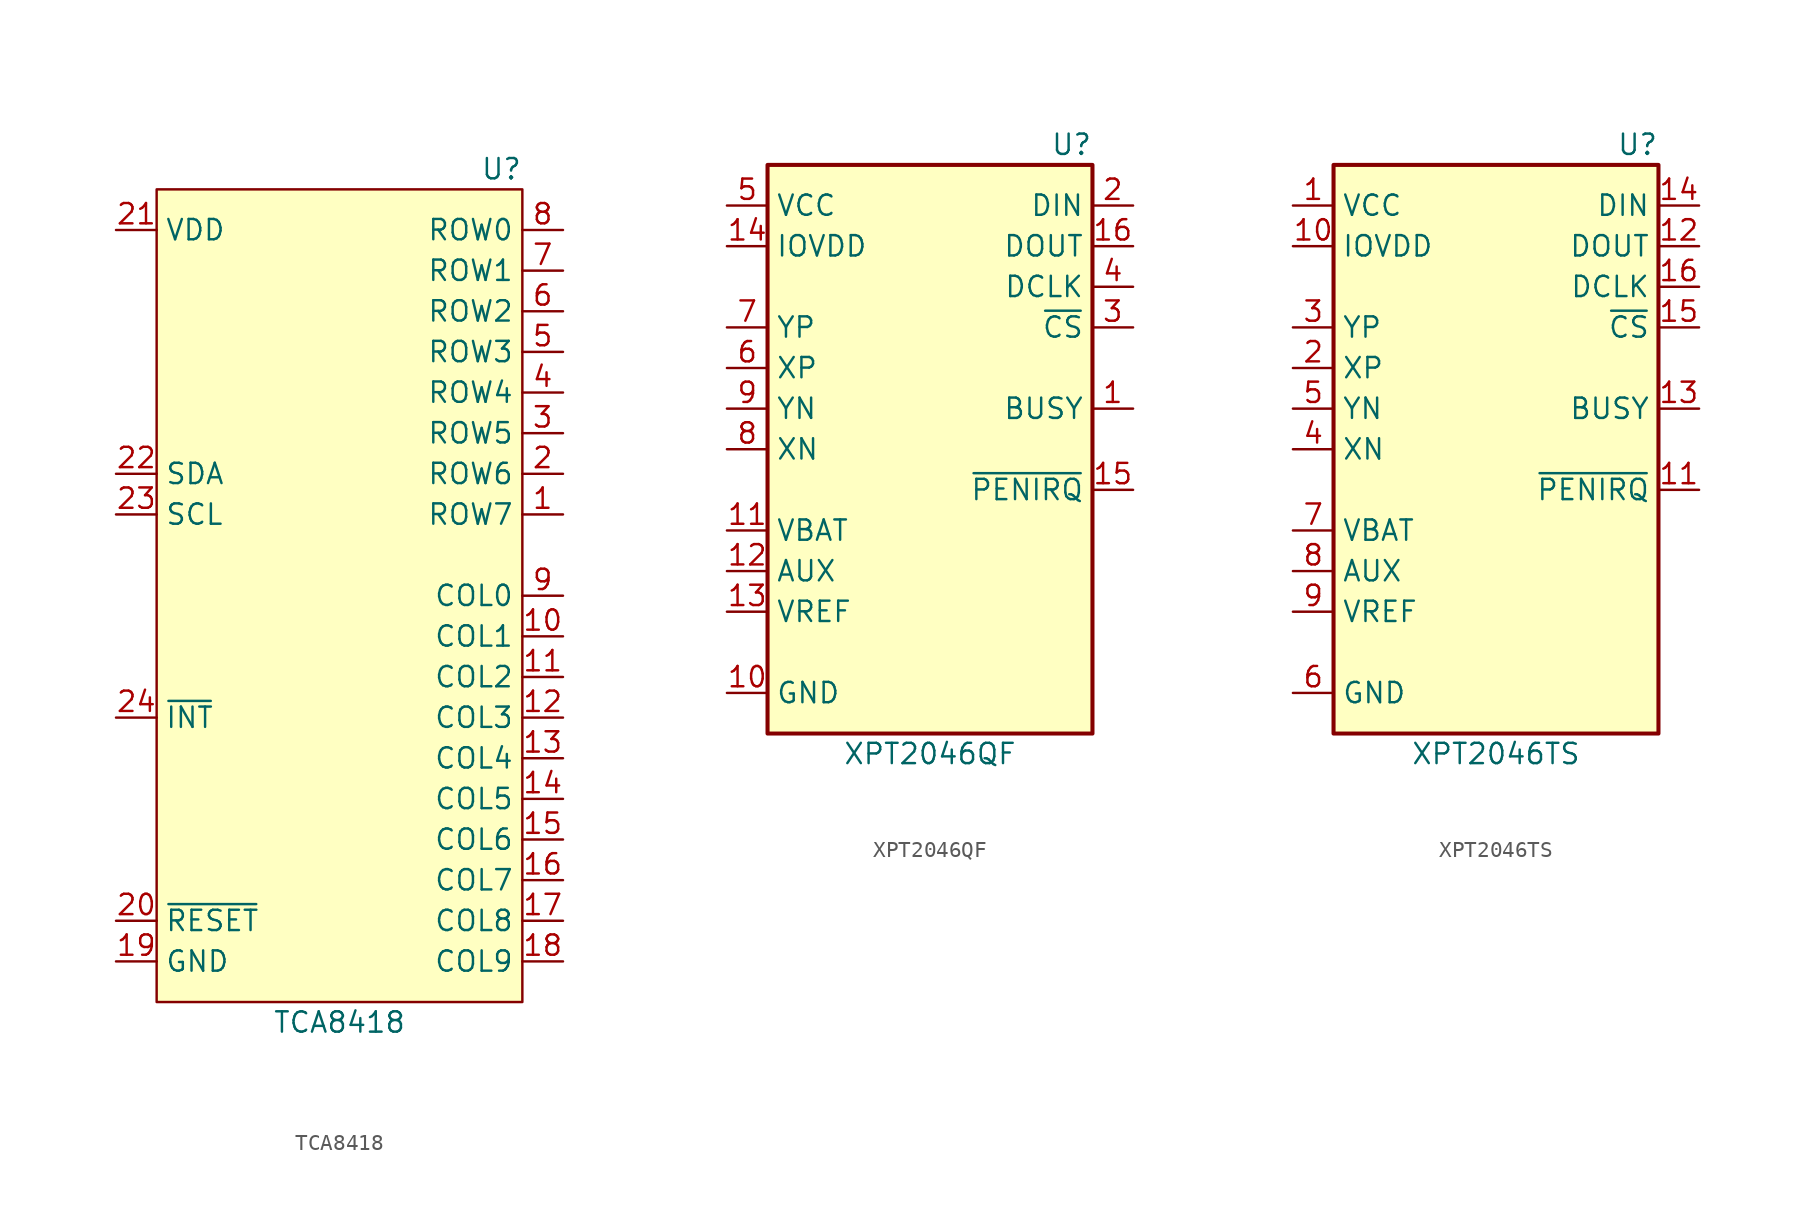
<source format=kicad_sym>
(kicad_symbol_lib
  (version 20241209)
  (generator "kicad_symbol_editor")
  (generator_version "9.0")
  (symbol "TCA8418"
    (property "Reference" "U"
      (at 11.43 26.67 0)
      (effects (font (size 1.27 1.27)) (justify right)))
    (property "Value" "TCA8418"
      (at 0 -26.67 0)
      (effects (font (size 1.27 1.27))))
    (symbol "TCA8418_0_1"
      (rectangle (start -11.43 25.4) (end 11.43 -25.4) (stroke (width 0) (type default)) (fill (type background))))
    (symbol "TCA8418_1_1"
      (pin power_in line (at -13.97 22.86 0) (length 2.54) (name "VDD" (effects (font (size 1.27 1.27)))) (number "21" (effects (font (size 1.27 1.27)))))
      (pin bidirectional line (at -13.97 7.62 0) (length 2.54) (name "SDA" (effects (font (size 1.27 1.27)))) (number "22" (effects (font (size 1.27 1.27)))))
      (pin input line (at -13.97 5.08 0) (length 2.54) (name "SCL" (effects (font (size 1.27 1.27)))) (number "23" (effects (font (size 1.27 1.27)))))
      (pin output line (at -13.97 -7.62 0) (length 2.54) (name "~{INT}" (effects (font (size 1.27 1.27)))) (number "24" (effects (font (size 1.27 1.27)))))
      (pin input line (at -13.97 -20.32 0) (length 2.54) (name "~{RESET}" (effects (font (size 1.27 1.27)))) (number "20" (effects (font (size 1.27 1.27)))))
      (pin power_in line (at -13.97 -22.86 0) (length 2.54) (name "GND" (effects (font (size 1.27 1.27)))) (number "19" (effects (font (size 1.27 1.27)))))
      (pin bidirectional line (at 13.97 22.86 180) (length 2.54) (name "ROW0" (effects (font (size 1.27 1.27)))) (number "8" (effects (font (size 1.27 1.27)))))
      (pin bidirectional line (at 13.97 20.32 180) (length 2.54) (name "ROW1" (effects (font (size 1.27 1.27)))) (number "7" (effects (font (size 1.27 1.27)))))
      (pin bidirectional line (at 13.97 17.78 180) (length 2.54) (name "ROW2" (effects (font (size 1.27 1.27)))) (number "6" (effects (font (size 1.27 1.27)))))
      (pin bidirectional line (at 13.97 15.24 180) (length 2.54) (name "ROW3" (effects (font (size 1.27 1.27)))) (number "5" (effects (font (size 1.27 1.27)))))
      (pin bidirectional line (at 13.97 12.7 180) (length 2.54) (name "ROW4" (effects (font (size 1.27 1.27)))) (number "4" (effects (font (size 1.27 1.27)))))
      (pin bidirectional line (at 13.97 10.16 180) (length 2.54) (name "ROW5" (effects (font (size 1.27 1.27)))) (number "3" (effects (font (size 1.27 1.27)))))
      (pin bidirectional line (at 13.97 7.62 180) (length 2.54) (name "ROW6" (effects (font (size 1.27 1.27)))) (number "2" (effects (font (size 1.27 1.27)))))
      (pin bidirectional line (at 13.97 5.08 180) (length 2.54) (name "ROW7" (effects (font (size 1.27 1.27)))) (number "1" (effects (font (size 1.27 1.27)))))
      (pin bidirectional line (at 13.97 0 180) (length 2.54) (name "COL0" (effects (font (size 1.27 1.27)))) (number "9" (effects (font (size 1.27 1.27)))))
      (pin bidirectional line (at 13.97 -2.54 180) (length 2.54) (name "COL1" (effects (font (size 1.27 1.27)))) (number "10" (effects (font (size 1.27 1.27)))))
      (pin bidirectional line (at 13.97 -5.08 180) (length 2.54) (name "COL2" (effects (font (size 1.27 1.27)))) (number "11" (effects (font (size 1.27 1.27)))))
      (pin bidirectional line (at 13.97 -7.62 180) (length 2.54) (name "COL3" (effects (font (size 1.27 1.27)))) (number "12" (effects (font (size 1.27 1.27)))))
      (pin bidirectional line (at 13.97 -10.16 180) (length 2.54) (name "COL4" (effects (font (size 1.27 1.27)))) (number "13" (effects (font (size 1.27 1.27)))))
      (pin bidirectional line (at 13.97 -12.7 180) (length 2.54) (name "COL5" (effects (font (size 1.27 1.27)))) (number "14" (effects (font (size 1.27 1.27)))))
      (pin bidirectional line (at 13.97 -15.24 180) (length 2.54) (name "COL6" (effects (font (size 1.27 1.27)))) (number "15" (effects (font (size 1.27 1.27)))))
      (pin bidirectional line (at 13.97 -17.78 180) (length 2.54) (name "COL7" (effects (font (size 1.27 1.27)))) (number "16" (effects (font (size 1.27 1.27)))))
      (pin bidirectional line (at 13.97 -20.32 180) (length 2.54) (name "COL8" (effects (font (size 1.27 1.27)))) (number "17" (effects (font (size 1.27 1.27)))))
      (pin bidirectional line (at 13.97 -22.86 180) (length 2.54) (name "COL9" (effects (font (size 1.27 1.27)))) (number "18" (effects (font (size 1.27 1.27)))))))
  (symbol "XPT2046QF"
    (property "Reference" "U"
      (at 10.16 19.05 0)
      (effects (font (size 1.27 1.27)) (justify right)))
    (property "Value" "XPT2046QF"
      (at 0 -19.05 0)
      (effects (font (size 1.27 1.27))))
    (symbol "XPT2046QF_0_1"
      (rectangle (start -10.16 17.78) (end 10.16 -17.78) (stroke (width 0.254) (type default)) (fill (type background))))
    (symbol "XPT2046QF_1_1"
      (pin power_in line (at -12.7 15.24 0) (length 2.54) (name "VCC" (effects (font (size 1.27 1.27)))) (number "5" (effects (font (size 1.27 1.27)))))
      (pin power_in line (at -12.7 12.7 0) (length 2.54) (name "IOVDD" (effects (font (size 1.27 1.27)))) (number "14" (effects (font (size 1.27 1.27)))))
      (pin input line (at -12.7 7.62 0) (length 2.54) (name "YP" (effects (font (size 1.27 1.27)))) (number "7" (effects (font (size 1.27 1.27)))))
      (pin input line (at -12.7 5.08 0) (length 2.54) (name "XP" (effects (font (size 1.27 1.27)))) (number "6" (effects (font (size 1.27 1.27)))))
      (pin input line (at -12.7 2.54 0) (length 2.54) (name "YN" (effects (font (size 1.27 1.27)))) (number "9" (effects (font (size 1.27 1.27)))))
      (pin input line (at -12.7 0 0) (length 2.54) (name "XN" (effects (font (size 1.27 1.27)))) (number "8" (effects (font (size 1.27 1.27)))))
      (pin power_in line (at -12.7 -5.08 0) (length 2.54) (name "VBAT" (effects (font (size 1.27 1.27)))) (number "11" (effects (font (size 1.27 1.27)))))
      (pin input line (at -12.7 -7.62 0) (length 2.54) (name "AUX" (effects (font (size 1.27 1.27)))) (number "12" (effects (font (size 1.27 1.27)))))
      (pin bidirectional line (at -12.7 -10.16 0) (length 2.54) (name "VREF" (effects (font (size 1.27 1.27)))) (number "13" (effects (font (size 1.27 1.27)))))
      (pin power_in line (at -12.7 -15.24 0) (length 2.54) (name "GND" (effects (font (size 1.27 1.27)))) (number "10" (effects (font (size 1.27 1.27)))))
      (pin no_connect line (at 2.54 -7.62 180) (length 2.54) (hide yes) (name "NC" (effects (font (size 1.27 1.27)))) (number "17" (effects (font (size 1.27 1.27)))))
      (pin input line (at 12.7 15.24 180) (length 2.54) (name "DIN" (effects (font (size 1.27 1.27)))) (number "2" (effects (font (size 1.27 1.27)))))
      (pin output line (at 12.7 12.7 180) (length 2.54) (name "DOUT" (effects (font (size 1.27 1.27)))) (number "16" (effects (font (size 1.27 1.27)))))
      (pin input line (at 12.7 10.16 180) (length 2.54) (name "DCLK" (effects (font (size 1.27 1.27)))) (number "4" (effects (font (size 1.27 1.27)))))
      (pin input line (at 12.7 7.62 180) (length 2.54) (name "~{CS}" (effects (font (size 1.27 1.27)))) (number "3" (effects (font (size 1.27 1.27)))))
      (pin output line (at 12.7 2.54 180) (length 2.54) (name "BUSY" (effects (font (size 1.27 1.27)))) (number "1" (effects (font (size 1.27 1.27)))))
      (pin open_collector line (at 12.7 -2.54 180) (length 2.54) (name "~{PENIRQ}" (effects (font (size 1.27 1.27)))) (number "15" (effects (font (size 1.27 1.27)))))))
  (symbol "XPT2046TS"
    (property "Reference" "U"
      (at 10.16 19.05 0)
      (effects (font (size 1.27 1.27)) (justify right)))
    (property "Value" "XPT2046TS"
      (at 0 -19.05 0)
      (effects (font (size 1.27 1.27))))
    (symbol "XPT2046TS_0_1"
      (rectangle (start -10.16 17.78) (end 10.16 -17.78) (stroke (width 0.254) (type default)) (fill (type background))))
    (symbol "XPT2046TS_1_1"
      (pin power_in line (at -12.7 15.24 0) (length 2.54) (name "VCC" (effects (font (size 1.27 1.27)))) (number "1" (effects (font (size 1.27 1.27)))))
      (pin power_in line (at -12.7 12.7 0) (length 2.54) (name "IOVDD" (effects (font (size 1.27 1.27)))) (number "10" (effects (font (size 1.27 1.27)))))
      (pin input line (at -12.7 7.62 0) (length 2.54) (name "YP" (effects (font (size 1.27 1.27)))) (number "3" (effects (font (size 1.27 1.27)))))
      (pin input line (at -12.7 5.08 0) (length 2.54) (name "XP" (effects (font (size 1.27 1.27)))) (number "2" (effects (font (size 1.27 1.27)))))
      (pin input line (at -12.7 2.54 0) (length 2.54) (name "YN" (effects (font (size 1.27 1.27)))) (number "5" (effects (font (size 1.27 1.27)))))
      (pin input line (at -12.7 0 0) (length 2.54) (name "XN" (effects (font (size 1.27 1.27)))) (number "4" (effects (font (size 1.27 1.27)))))
      (pin power_in line (at -12.7 -5.08 0) (length 2.54) (name "VBAT" (effects (font (size 1.27 1.27)))) (number "7" (effects (font (size 1.27 1.27)))))
      (pin input line (at -12.7 -7.62 0) (length 2.54) (name "AUX" (effects (font (size 1.27 1.27)))) (number "8" (effects (font (size 1.27 1.27)))))
      (pin bidirectional line (at -12.7 -10.16 0) (length 2.54) (name "VREF" (effects (font (size 1.27 1.27)))) (number "9" (effects (font (size 1.27 1.27)))))
      (pin power_in line (at -12.7 -15.24 0) (length 2.54) (name "GND" (effects (font (size 1.27 1.27)))) (number "6" (effects (font (size 1.27 1.27)))))
      (pin input line (at 12.7 15.24 180) (length 2.54) (name "DIN" (effects (font (size 1.27 1.27)))) (number "14" (effects (font (size 1.27 1.27)))))
      (pin output line (at 12.7 12.7 180) (length 2.54) (name "DOUT" (effects (font (size 1.27 1.27)))) (number "12" (effects (font (size 1.27 1.27)))))
      (pin input line (at 12.7 10.16 180) (length 2.54) (name "DCLK" (effects (font (size 1.27 1.27)))) (number "16" (effects (font (size 1.27 1.27)))))
      (pin input line (at 12.7 7.62 180) (length 2.54) (name "~{CS}" (effects (font (size 1.27 1.27)))) (number "15" (effects (font (size 1.27 1.27)))))
      (pin output line (at 12.7 2.54 180) (length 2.54) (name "BUSY" (effects (font (size 1.27 1.27)))) (number "13" (effects (font (size 1.27 1.27)))))
      (pin open_collector line (at 12.7 -2.54 180) (length 2.54) (name "~{PENIRQ}" (effects (font (size 1.27 1.27)))) (number "11" (effects (font (size 1.27 1.27))))))))
</source>
